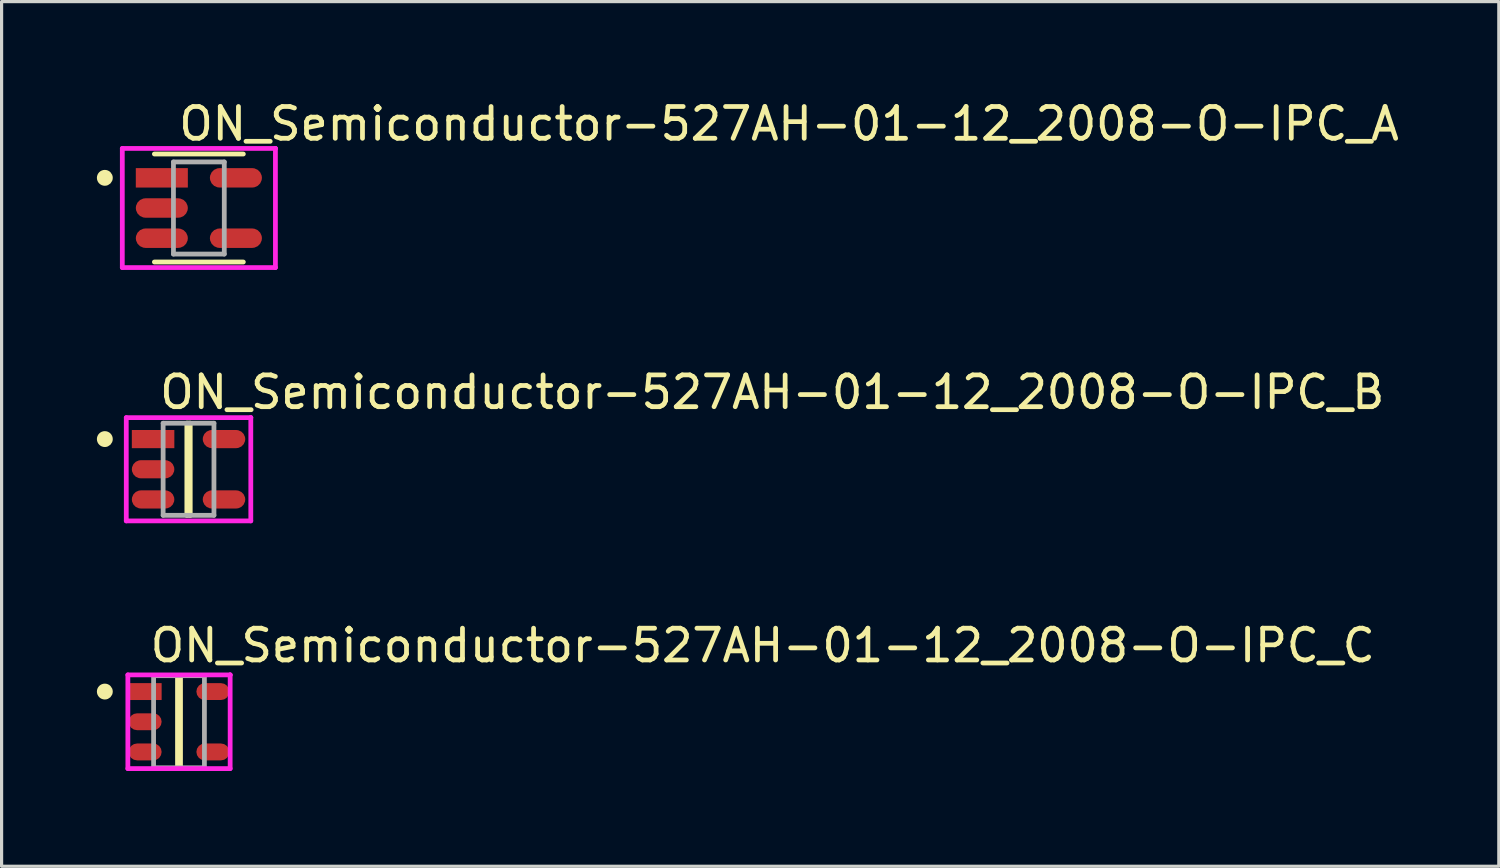
<source format=kicad_pcb>
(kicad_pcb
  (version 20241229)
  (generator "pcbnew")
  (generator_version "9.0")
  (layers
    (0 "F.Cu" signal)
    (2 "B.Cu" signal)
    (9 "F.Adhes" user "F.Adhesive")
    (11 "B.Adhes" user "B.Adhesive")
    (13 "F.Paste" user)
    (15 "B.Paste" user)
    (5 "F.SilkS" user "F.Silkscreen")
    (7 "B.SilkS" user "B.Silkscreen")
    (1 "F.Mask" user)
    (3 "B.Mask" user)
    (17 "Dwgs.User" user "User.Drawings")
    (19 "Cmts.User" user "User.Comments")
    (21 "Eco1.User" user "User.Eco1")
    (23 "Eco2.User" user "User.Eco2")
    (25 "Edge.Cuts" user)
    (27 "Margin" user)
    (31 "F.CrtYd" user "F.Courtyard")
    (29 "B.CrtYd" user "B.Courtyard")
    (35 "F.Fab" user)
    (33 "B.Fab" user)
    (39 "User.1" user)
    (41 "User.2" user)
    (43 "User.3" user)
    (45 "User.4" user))
  (footprint "ON_Semiconductor-527AH-01-12_2008-O-IPC_A"
    (layer "F.Cu")
    (at 3.21 3.498)
    (property "Reference" "ON_Semiconductor-527AH-01-12_2008-O-IPC_A" (at -0.71 -2.65 0) (layer "F.SilkS") (effects (font (size 1 1) (thickness 0.15)) (justify left)))
    (attr through_hole)
    (fp_line (start -1.4 -1.7) (end 1.4 -1.7) (stroke (width 0.15) (type solid)) (layer "F.SilkS"))
    (fp_line (start -1.4 1.7) (end 1.4 1.7) (stroke (width 0.15) (type solid)) (layer "F.SilkS"))
    (fp_circle (center -2.96 -0.95) (end -2.835 -0.95) (stroke (width 0.25) (type solid)) (fill no) (layer "F.SilkS"))
    (fp_line (start -2.41 -1.875) (end -2.41 1.875) (stroke (width 0.15) (type solid)) (layer "F.CrtYd"))
    (fp_line (start -2.41 1.875) (end 2.41 1.875) (stroke (width 0.15) (type solid)) (layer "F.CrtYd"))
    (fp_line (start 2.41 -1.875) (end -2.41 -1.875) (stroke (width 0.15) (type solid)) (layer "F.CrtYd"))
    (fp_line (start 2.41 -1.875) (end 2.41 -1.875) (stroke (width 0.15) (type solid)) (layer "F.CrtYd"))
    (fp_line (start 2.41 1.875) (end 2.41 -1.875) (stroke (width 0.15) (type solid)) (layer "F.CrtYd"))
    (fp_line (start -0.8 -1.45) (end 0.8 -1.45) (stroke (width 0.15) (type solid)) (layer "F.Fab"))
    (fp_line (start -0.8 1.45) (end -0.8 -1.45) (stroke (width 0.15) (type solid)) (layer "F.Fab"))
    (fp_line (start 0.8 -1.45) (end 0.8 1.45) (stroke (width 0.15) (type solid)) (layer "F.Fab"))
    (fp_line (start 0.8 1.45) (end -0.8 1.45) (stroke (width 0.15) (type solid)) (layer "F.Fab"))
    (pad "1" smd rect (at -1.166 -0.95) (size 1.638 0.612) (layers "F.Cu" "F.Mask" "F.Paste"))
    (pad "2" smd roundrect (at -1.166 0) (size 1.638 0.612) (layers "F.Cu" "F.Mask" "F.Paste") (roundrect_rratio 0.5))
    (pad "3" smd roundrect (at -1.166 0.95) (size 1.638 0.612) (layers "F.Cu" "F.Mask" "F.Paste") (roundrect_rratio 0.5))
    (pad "4" smd roundrect (at 1.166 0.95) (size 1.638 0.612) (layers "F.Cu" "F.Mask" "F.Paste") (roundrect_rratio 0.5))
    (pad "5" smd roundrect (at 1.166 -0.95) (size 1.638 0.612) (layers "F.Cu" "F.Mask" "F.Paste") (roundrect_rratio 0.5)))
  (footprint "ON_Semiconductor-527AH-01-12_2008-O-IPC_B"
    (layer "F.Cu")
    (at 2.885 11.722)
    (property "Reference" "ON_Semiconductor-527AH-01-12_2008-O-IPC_B" (at -0.985 -2.425 0) (layer "F.SilkS") (effects (font (size 1 1) (thickness 0.15)) (justify left)))
    (attr through_hole)
    (fp_line (start -0.053 -1.45) (end -0.053 1.45) (stroke (width 0.15) (type solid)) (layer "F.SilkS"))
    (fp_line (start -0.053 1.45) (end 0.053 1.45) (stroke (width 0.15) (type solid)) (layer "F.SilkS"))
    (fp_line (start 0.053 -1.45) (end -0.053 -1.45) (stroke (width 0.15) (type solid)) (layer "F.SilkS"))
    (fp_line (start 0.053 1.45) (end 0.053 -1.45) (stroke (width 0.15) (type solid)) (layer "F.SilkS"))
    (fp_circle (center -2.635 -0.95) (end -2.51 -0.95) (stroke (width 0.25) (type solid)) (fill no) (layer "F.SilkS"))
    (fp_line (start -1.96 -1.625) (end -1.96 1.625) (stroke (width 0.15) (type solid)) (layer "F.CrtYd"))
    (fp_line (start -1.96 1.625) (end 1.96 1.625) (stroke (width 0.15) (type solid)) (layer "F.CrtYd"))
    (fp_line (start 1.96 -1.625) (end -1.96 -1.625) (stroke (width 0.15) (type solid)) (layer "F.CrtYd"))
    (fp_line (start 1.96 -1.625) (end 1.96 -1.625) (stroke (width 0.15) (type solid)) (layer "F.CrtYd"))
    (fp_line (start 1.96 1.625) (end 1.96 -1.625) (stroke (width 0.15) (type solid)) (layer "F.CrtYd"))
    (fp_line (start -0.8 -1.45) (end 0.8 -1.45) (stroke (width 0.15) (type solid)) (layer "F.Fab"))
    (fp_line (start -0.8 1.45) (end -0.8 -1.45) (stroke (width 0.15) (type solid)) (layer "F.Fab"))
    (fp_line (start 0.8 -1.45) (end 0.8 1.45) (stroke (width 0.15) (type solid)) (layer "F.Fab"))
    (fp_line (start 0.8 1.45) (end -0.8 1.45) (stroke (width 0.15) (type solid)) (layer "F.Fab"))
    (pad "1" smd rect (at -1.116 -0.95) (size 1.338 0.572) (layers "F.Cu" "F.Mask" "F.Paste"))
    (pad "2" smd roundrect (at -1.116 0) (size 1.338 0.572) (layers "F.Cu" "F.Mask" "F.Paste") (roundrect_rratio 0.5))
    (pad "3" smd roundrect (at -1.116 0.95) (size 1.338 0.572) (layers "F.Cu" "F.Mask" "F.Paste") (roundrect_rratio 0.5))
    (pad "4" smd roundrect (at 1.116 0.95) (size 1.338 0.572) (layers "F.Cu" "F.Mask" "F.Paste") (roundrect_rratio 0.5))
    (pad "5" smd roundrect (at 1.116 -0.95) (size 1.338 0.572) (layers "F.Cu" "F.Mask" "F.Paste") (roundrect_rratio 0.5)))
  (footprint "ON_Semiconductor-527AH-01-12_2008-O-IPC_C"
    (layer "F.Cu")
    (at 2.585 19.67)
    (property "Reference" "ON_Semiconductor-527AH-01-12_2008-O-IPC_C" (at -0.985 -2.4 0) (layer "F.SilkS") (effects (font (size 1 1) (thickness 0.15)) (justify left)))
    (attr through_hole)
    (fp_line (start -0.047 -1.45) (end 0.047 -1.45) (stroke (width 0.15) (type solid)) (layer "F.SilkS"))
    (fp_line (start -0.047 1.45) (end -0.047 -1.45) (stroke (width 0.15) (type solid)) (layer "F.SilkS"))
    (fp_line (start 0.047 -1.45) (end 0.047 1.45) (stroke (width 0.15) (type solid)) (layer "F.SilkS"))
    (fp_line (start 0.047 1.45) (end -0.047 1.45) (stroke (width 0.15) (type solid)) (layer "F.SilkS"))
    (fp_circle (center -2.335 -0.95) (end -2.21 -0.95) (stroke (width 0.25) (type solid)) (fill no) (layer "F.SilkS"))
    (fp_line (start -1.61 -1.475) (end -1.61 1.475) (stroke (width 0.15) (type solid)) (layer "F.CrtYd"))
    (fp_line (start -1.61 1.475) (end 1.61 1.475) (stroke (width 0.15) (type solid)) (layer "F.CrtYd"))
    (fp_line (start 1.61 -1.475) (end -1.61 -1.475) (stroke (width 0.15) (type solid)) (layer "F.CrtYd"))
    (fp_line (start 1.61 -1.475) (end 1.61 -1.475) (stroke (width 0.15) (type solid)) (layer "F.CrtYd"))
    (fp_line (start 1.61 1.475) (end 1.61 -1.475) (stroke (width 0.15) (type solid)) (layer "F.CrtYd"))
    (fp_line (start -0.8 -1.45) (end 0.8 -1.45) (stroke (width 0.15) (type solid)) (layer "F.Fab"))
    (fp_line (start -0.8 1.45) (end -0.8 -1.45) (stroke (width 0.15) (type solid)) (layer "F.Fab"))
    (fp_line (start 0.8 -1.45) (end 0.8 1.45) (stroke (width 0.15) (type solid)) (layer "F.Fab"))
    (fp_line (start 0.8 1.45) (end -0.8 1.45) (stroke (width 0.15) (type solid)) (layer "F.Fab"))
    (pad "1" smd rect (at -1.066 -0.95) (size 1.038 0.532) (layers "F.Cu" "F.Mask" "F.Paste"))
    (pad "2" smd roundrect (at -1.066 0) (size 1.038 0.532) (layers "F.Cu" "F.Mask" "F.Paste") (roundrect_rratio 0.5))
    (pad "3" smd roundrect (at -1.066 0.95) (size 1.038 0.532) (layers "F.Cu" "F.Mask" "F.Paste") (roundrect_rratio 0.5))
    (pad "4" smd roundrect (at 1.066 0.95) (size 1.038 0.532) (layers "F.Cu" "F.Mask" "F.Paste") (roundrect_rratio 0.5))
    (pad "5" smd roundrect (at 1.066 -0.95) (size 1.038 0.532) (layers "F.Cu" "F.Mask" "F.Paste") (roundrect_rratio 0.5)))
  (gr_rect
    (start -3 -3)
    (end 44.131 24.22)
    (stroke (width 0.1) (type default))
    (fill no)
    (layer "Edge.Cuts")))
</source>
